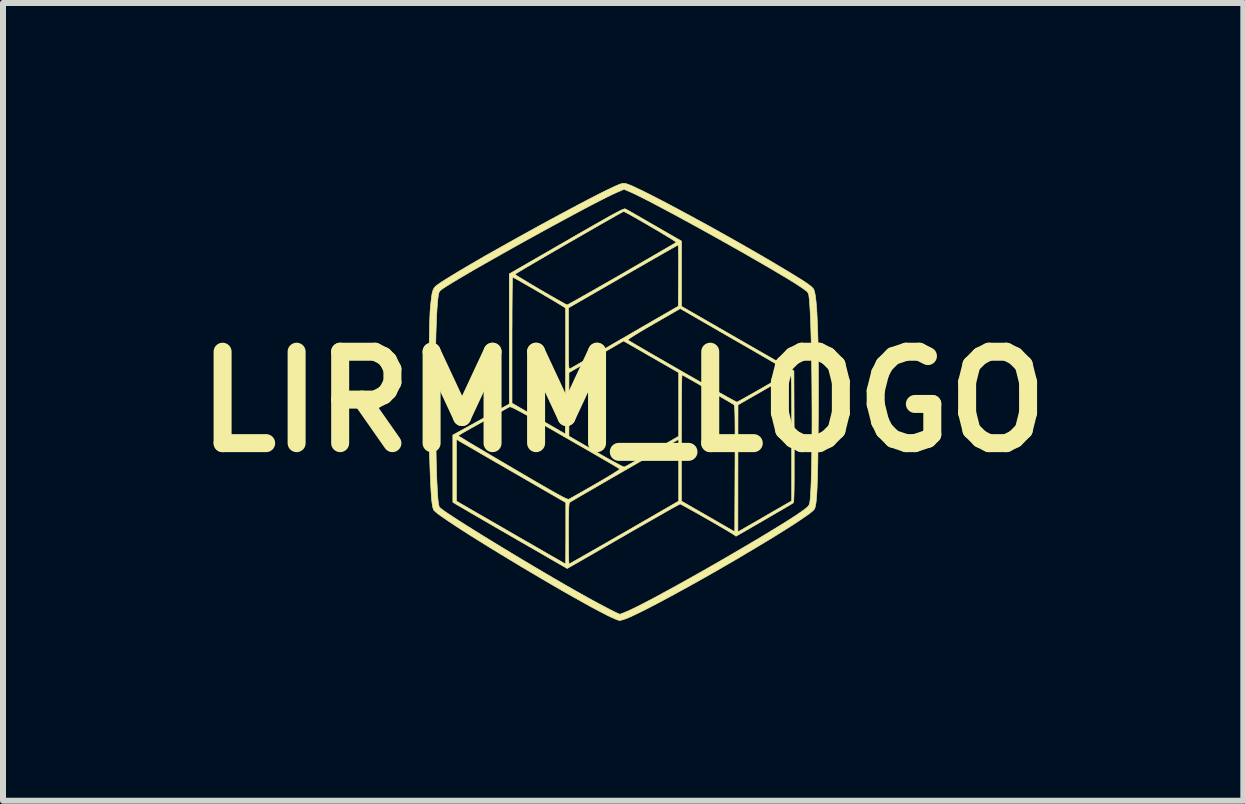
<source format=kicad_pcb>
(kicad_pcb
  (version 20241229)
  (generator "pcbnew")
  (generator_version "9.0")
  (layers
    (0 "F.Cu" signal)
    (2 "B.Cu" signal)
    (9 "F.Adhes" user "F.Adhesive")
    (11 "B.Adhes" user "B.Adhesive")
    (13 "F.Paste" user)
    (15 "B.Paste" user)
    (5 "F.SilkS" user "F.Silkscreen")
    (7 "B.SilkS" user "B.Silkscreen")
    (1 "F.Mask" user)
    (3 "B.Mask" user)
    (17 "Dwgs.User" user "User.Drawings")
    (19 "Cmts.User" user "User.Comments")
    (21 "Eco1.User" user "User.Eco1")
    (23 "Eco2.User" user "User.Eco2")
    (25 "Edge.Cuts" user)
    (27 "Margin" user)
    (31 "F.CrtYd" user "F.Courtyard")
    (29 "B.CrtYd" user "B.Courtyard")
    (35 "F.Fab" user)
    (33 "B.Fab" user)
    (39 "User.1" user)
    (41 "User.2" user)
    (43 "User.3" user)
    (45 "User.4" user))
  (footprint "LIRMM_LOGO"
    (layer "F.Cu")
    (at 7.337 3.647)
    (property "Reference" "LIRMM_LOGO" (at 0 0 0) (layer "F.SilkS") (effects (font (size 1.524 1.524) (thickness 0.3))))
    (attr through_hole)
    (fp_poly (pts (xy 0.049 -3.636) (xy 0.093 -3.621) (xy 0.154 -3.596) (xy 0.207 -3.571) (xy 0.327 -3.514) (xy 0.468 -3.443) (xy 0.63 -3.36) (xy 0.807 -3.267) (xy 0.998 -3.165) (xy 1.199 -3.056) (xy 1.407 -2.943) (xy 1.619 -2.825) (xy 1.831 -2.706) (xy 2.041 -2.587) (xy 2.246 -2.469) (xy 2.442 -2.355) (xy 2.627 -2.245) (xy 2.637 -2.239) (xy 2.769 -2.16) (xy 2.877 -2.094) (xy 2.964 -2.04) (xy 3.032 -1.996) (xy 3.084 -1.96) (xy 3.123 -1.931) (xy 3.15 -1.907) (xy 3.168 -1.887) (xy 3.174 -1.879) (xy 3.189 -1.839) (xy 3.203 -1.77) (xy 3.215 -1.672) (xy 3.226 -1.546) (xy 3.234 -1.391) (xy 3.242 -1.208) (xy 3.248 -0.997) (xy 3.252 -0.759) (xy 3.254 -0.495) (xy 3.255 -0.204) (xy 3.254 0.113) (xy 3.252 0.336) (xy 3.25 0.582) (xy 3.247 0.799) (xy 3.245 0.99) (xy 3.241 1.156) (xy 3.237 1.299) (xy 3.233 1.42) (xy 3.228 1.521) (xy 3.222 1.604) (xy 3.216 1.67) (xy 3.208 1.72) (xy 3.2 1.758) (xy 3.19 1.783) (xy 3.185 1.793) (xy 3.157 1.822) (xy 3.104 1.864) (xy 3.029 1.917) (xy 2.934 1.982) (xy 2.821 2.056) (xy 2.692 2.138) (xy 2.548 2.228) (xy 2.392 2.323) (xy 2.226 2.423) (xy 2.051 2.527) (xy 1.871 2.634) (xy 1.686 2.741) (xy 1.499 2.849) (xy 1.311 2.955) (xy 1.126 3.059) (xy 0.944 3.159) (xy 0.767 3.255) (xy 0.599 3.345) (xy 0.44 3.428) (xy 0.384 3.457) (xy 0.255 3.521) (xy 0.15 3.571) (xy 0.067 3.608) (xy 0.003 3.631) (xy -0.043 3.643) (xy -0.064 3.645) (xy -0.089 3.638) (xy -0.134 3.62) (xy -0.195 3.593) (xy -0.265 3.56) (xy -0.291 3.546) (xy -0.405 3.487) (xy -0.535 3.418) (xy -0.677 3.339) (xy -0.831 3.253) (xy -0.993 3.161) (xy -1.163 3.063) (xy -1.337 2.961) (xy -1.514 2.857) (xy -1.693 2.751) (xy -1.87 2.644) (xy -2.043 2.539) (xy -2.212 2.436) (xy -2.373 2.336) (xy -2.525 2.241) (xy -2.665 2.152) (xy -2.792 2.07) (xy -2.903 1.996) (xy -2.997 1.932) (xy -3.072 1.879) (xy -3.124 1.838) (xy -3.153 1.81) (xy -3.155 1.808) (xy -3.165 1.787) (xy -3.175 1.754) (xy -3.183 1.707) (xy -3.191 1.644) (xy -3.198 1.563) (xy -3.204 1.462) (xy -3.211 1.339) (xy -3.217 1.192) (xy -3.223 1.018) (xy -3.229 0.852) (xy -3.232 0.723) (xy -3.235 0.577) (xy -3.237 0.416) (xy -3.238 0.243) (xy -3.239 0.062) (xy -3.239 -0.125) (xy -3.239 -0.129) (xy -3.132 -0.129) (xy -3.132 0.089) (xy -3.13 0.304) (xy -3.126 0.513) (xy -3.125 0.605) (xy -3.119 0.825) (xy -3.115 1.017) (xy -3.11 1.182) (xy -3.105 1.323) (xy -3.099 1.44) (xy -3.094 1.537) (xy -3.088 1.614) (xy -3.082 1.672) (xy -3.075 1.715) (xy -3.068 1.744) (xy -3.06 1.759) (xy -3.035 1.781) (xy -2.987 1.817) (xy -2.917 1.865) (xy -2.827 1.924) (xy -2.719 1.994) (xy -2.596 2.072) (xy -2.46 2.157) (xy -2.312 2.249) (xy -2.155 2.345) (xy -1.991 2.445) (xy -1.822 2.547) (xy -1.649 2.651) (xy -1.476 2.754) (xy -1.303 2.856) (xy -1.134 2.955) (xy -0.97 3.05) (xy -0.813 3.14) (xy -0.731 3.186) (xy -0.624 3.246) (xy -0.517 3.305) (xy -0.414 3.361) (xy -0.317 3.412) (xy -0.23 3.458) (xy -0.157 3.495) (xy -0.101 3.522) (xy -0.065 3.538) (xy -0.055 3.541) (xy -0.036 3.535) (xy 0.003 3.52) (xy 0.055 3.498) (xy 0.08 3.488) (xy 0.167 3.447) (xy 0.277 3.393) (xy 0.406 3.326) (xy 0.554 3.248) (xy 0.715 3.16) (xy 0.889 3.065) (xy 1.072 2.963) (xy 1.261 2.857) (xy 1.454 2.747) (xy 1.648 2.636) (xy 1.84 2.524) (xy 2.028 2.414) (xy 2.209 2.307) (xy 2.38 2.205) (xy 2.539 2.108) (xy 2.682 2.02) (xy 2.808 1.94) (xy 2.912 1.872) (xy 2.989 1.818) (xy 3.043 1.778) (xy 3.078 1.748) (xy 3.097 1.723) (xy 3.107 1.695) (xy 3.11 1.68) (xy 3.118 1.622) (xy 3.124 1.536) (xy 3.13 1.425) (xy 3.135 1.293) (xy 3.139 1.142) (xy 3.142 0.974) (xy 3.145 0.793) (xy 3.147 0.6) (xy 3.148 0.399) (xy 3.148 0.192) (xy 3.147 -0.018) (xy 3.146 -0.228) (xy 3.144 -0.436) (xy 3.141 -0.639) (xy 3.138 -0.835) (xy 3.134 -1.02) (xy 3.129 -1.192) (xy 3.124 -1.348) (xy 3.118 -1.486) (xy 3.111 -1.603) (xy 3.104 -1.696) (xy 3.096 -1.763) (xy 3.096 -1.768) (xy 3.09 -1.795) (xy 3.08 -1.818) (xy 3.061 -1.84) (xy 3.029 -1.866) (xy 2.979 -1.901) (xy 2.936 -1.929) (xy 2.852 -1.984) (xy 2.745 -2.05) (xy 2.619 -2.125) (xy 2.476 -2.21) (xy 2.319 -2.301) (xy 2.151 -2.398) (xy 1.973 -2.5) (xy 1.79 -2.603) (xy 1.603 -2.708) (xy 1.415 -2.813) (xy 1.229 -2.916) (xy 1.047 -3.015) (xy 0.873 -3.11) (xy 0.708 -3.198) (xy 0.555 -3.279) (xy 0.418 -3.351) (xy 0.299 -3.411) (xy 0.2 -3.46) (xy 0.124 -3.495) (xy 0.123 -3.495) (xy 0.015 -3.542) (xy -0.108 -3.489) (xy -0.178 -3.457) (xy -0.268 -3.413) (xy -0.377 -3.358) (xy -0.503 -3.293) (xy -0.644 -3.219) (xy -0.796 -3.138) (xy -0.959 -3.05) (xy -1.129 -2.958) (xy -1.305 -2.862) (xy -1.483 -2.764) (xy -1.663 -2.665) (xy -1.841 -2.566) (xy -2.015 -2.468) (xy -2.183 -2.373) (xy -2.343 -2.282) (xy -2.492 -2.197) (xy -2.628 -2.117) (xy -2.749 -2.046) (xy -2.853 -1.983) (xy -2.937 -1.931) (xy -3 -1.891) (xy -3.036 -1.864) (xy -3.055 -1.846) (xy -3.069 -1.824) (xy -3.078 -1.792) (xy -3.085 -1.743) (xy -3.092 -1.681) (xy -3.1 -1.584) (xy -3.108 -1.461) (xy -3.114 -1.315) (xy -3.12 -1.148) (xy -3.124 -0.965) (xy -3.128 -0.768) (xy -3.13 -0.561) (xy -3.132 -0.347) (xy -3.132 -0.129) (xy -3.239 -0.129) (xy -3.239 -0.314) (xy -3.238 -0.501) (xy -3.236 -0.685) (xy -3.234 -0.86) (xy -3.232 -1.025) (xy -3.229 -1.176) (xy -3.226 -1.31) (xy -3.222 -1.424) (xy -3.218 -1.514) (xy -3.213 -1.576) (xy -3.202 -1.682) (xy -3.192 -1.763) (xy -3.181 -1.823) (xy -3.167 -1.867) (xy -3.15 -1.899) (xy -3.128 -1.924) (xy -3.103 -1.944) (xy -3.039 -1.989) (xy -2.953 -2.044) (xy -2.849 -2.108) (xy -2.728 -2.181) (xy -2.591 -2.262) (xy -2.442 -2.349) (xy -2.283 -2.441) (xy -2.114 -2.536) (xy -1.94 -2.634) (xy -1.761 -2.734) (xy -1.58 -2.834) (xy -1.399 -2.934) (xy -1.221 -3.031) (xy -1.046 -3.125) (xy -0.878 -3.215) (xy -0.718 -3.3) (xy -0.569 -3.378) (xy -0.433 -3.448) (xy -0.312 -3.509) (xy -0.207 -3.559) (xy -0.122 -3.599) (xy -0.058 -3.626) (xy -0.018 -3.639) (xy -0.014 -3.64) (xy 0.015 -3.642) (xy 0.049 -3.636)) (stroke (width 0.01) (type solid)) (fill yes) (layer "F.SilkS"))
    (fp_poly (pts (xy 0.036 -3.215) (xy 0.056 -3.205) (xy 0.099 -3.181) (xy 0.161 -3.146) (xy 0.239 -3.101) (xy 0.33 -3.049) (xy 0.431 -2.99) (xy 0.52 -2.939) (xy 0.973 -2.678) (xy 0.972 -2.134) (xy 0.972 -1.591) (xy 1.909 -1.052) (xy 2.846 -0.514) (xy 2.85 0.578) (xy 2.851 0.793) (xy 2.851 0.981) (xy 2.851 1.142) (xy 2.851 1.278) (xy 2.85 1.391) (xy 2.849 1.483) (xy 2.847 1.555) (xy 2.845 1.61) (xy 2.843 1.648) (xy 2.84 1.672) (xy 2.836 1.684) (xy 2.835 1.685) (xy 2.818 1.696) (xy 2.779 1.72) (xy 2.719 1.755) (xy 2.643 1.8) (xy 2.552 1.852) (xy 2.452 1.911) (xy 2.349 1.971) (xy 1.881 2.241) (xy 1.841 2.212) (xy 1.814 2.195) (xy 1.772 2.169) (xy 1.912 2.169) (xy 1.961 2.141) (xy 1.986 2.127) (xy 2.033 2.099) (xy 2.099 2.061) (xy 2.18 2.015) (xy 2.272 1.962) (xy 2.371 1.904) (xy 2.409 1.882) (xy 2.809 1.652) (xy 2.809 0.6) (xy 2.809 0.397) (xy 2.809 0.223) (xy 2.809 0.073) (xy 2.808 -0.052) (xy 2.807 -0.155) (xy 2.806 -0.239) (xy 2.805 -0.305) (xy 2.803 -0.356) (xy 2.801 -0.392) (xy 2.798 -0.417) (xy 2.795 -0.432) (xy 2.791 -0.44) (xy 2.787 -0.442) (xy 2.783 -0.441) (xy 2.764 -0.432) (xy 2.722 -0.409) (xy 2.662 -0.375) (xy 2.585 -0.332) (xy 2.495 -0.281) (xy 2.396 -0.225) (xy 2.335 -0.19) (xy 1.914 0.052) (xy 1.913 1.111) (xy 1.912 2.169) (xy 1.772 2.169) (xy 1.767 2.167) (xy 1.704 2.129) (xy 1.627 2.084) (xy 1.541 2.034) (xy 1.449 1.981) (xy 1.355 1.928) (xy 1.263 1.875) (xy 1.176 1.826) (xy 1.098 1.783) (xy 1.033 1.747) (xy 0.984 1.72) (xy 0.955 1.706) (xy 0.949 1.703) (xy 0.934 1.711) (xy 0.895 1.732) (xy 0.834 1.765) (xy 0.754 1.81) (xy 0.656 1.866) (xy 0.543 1.93) (xy 0.416 2.003) (xy 0.278 2.082) (xy 0.131 2.166) (xy 0.001 2.241) (xy -0.152 2.329) (xy -0.297 2.413) (xy -0.432 2.491) (xy -0.555 2.562) (xy -0.665 2.625) (xy -0.758 2.679) (xy -0.834 2.722) (xy -0.89 2.754) (xy -0.923 2.773) (xy -0.933 2.779) (xy -0.945 2.771) (xy -0.982 2.75) (xy -1.04 2.717) (xy -1.118 2.672) (xy -1.214 2.617) (xy -1.325 2.552) (xy -1.45 2.48) (xy -1.586 2.402) (xy -1.732 2.318) (xy -1.848 2.251) (xy -2 2.163) (xy -2.146 2.079) (xy -2.282 2) (xy -2.408 1.927) (xy -2.52 1.862) (xy -2.616 1.806) (xy -2.694 1.76) (xy -2.753 1.726) (xy -2.789 1.705) (xy -2.8 1.698) (xy -2.839 1.673) (xy -2.839 1.656) (xy -2.779 1.656) (xy -1.871 2.18) (xy -1.721 2.267) (xy -1.578 2.349) (xy -1.444 2.426) (xy -1.323 2.496) (xy -1.216 2.558) (xy -1.124 2.61) (xy -1.051 2.652) (xy -0.998 2.683) (xy -0.967 2.7) (xy -0.96 2.704) (xy -0.959 2.69) (xy -0.958 2.649) (xy -0.958 2.585) (xy -0.957 2.502) (xy -0.957 2.402) (xy -0.956 2.289) (xy -0.956 2.198) (xy -0.911 2.198) (xy -0.911 2.318) (xy -0.91 2.427) (xy -0.909 2.523) (xy -0.908 2.602) (xy -0.906 2.661) (xy -0.904 2.696) (xy -0.902 2.704) (xy -0.888 2.697) (xy -0.85 2.676) (xy -0.791 2.642) (xy -0.712 2.598) (xy -0.615 2.542) (xy -0.503 2.478) (xy -0.377 2.406) (xy -0.241 2.328) (xy -0.095 2.244) (xy 0.017 2.18) (xy 0.926 1.655) (xy 0.926 0.625) (xy 0.863 0.661) (xy 0.839 0.675) (xy 0.792 0.702) (xy 0.723 0.742) (xy 0.636 0.792) (xy 0.532 0.852) (xy 0.415 0.92) (xy 0.285 0.994) (xy 0.147 1.074) (xy 0.001 1.158) (xy -0.037 1.18) (xy -0.183 1.264) (xy -0.32 1.343) (xy -0.449 1.418) (xy -0.565 1.485) (xy -0.667 1.544) (xy -0.753 1.594) (xy -0.82 1.634) (xy -0.867 1.661) (xy -0.89 1.676) (xy -0.893 1.677) (xy -0.898 1.688) (xy -0.902 1.715) (xy -0.906 1.758) (xy -0.908 1.822) (xy -0.91 1.907) (xy -0.911 2.017) (xy -0.911 2.154) (xy -0.911 2.198) (xy -0.956 2.198) (xy -0.956 2.192) (xy -0.956 1.68) (xy -1.834 1.173) (xy -1.983 1.087) (xy -2.126 1.005) (xy -2.259 0.928) (xy -2.38 0.858) (xy -2.488 0.795) (xy -2.58 0.742) (xy -2.654 0.699) (xy -2.708 0.668) (xy -2.739 0.649) (xy -2.745 0.645) (xy -2.779 0.624) (xy -2.779 1.656) (xy -2.839 1.656) (xy -2.839 0.566) (xy -2.748 0.566) (xy -2.736 0.575) (xy -2.699 0.597) (xy -2.641 0.633) (xy -2.564 0.68) (xy -2.468 0.737) (xy -2.358 0.802) (xy -2.233 0.876) (xy -2.098 0.956) (xy -1.953 1.041) (xy -1.841 1.107) (xy -1.662 1.212) (xy -1.508 1.302) (xy -1.375 1.379) (xy -1.264 1.443) (xy -1.171 1.496) (xy -1.095 1.539) (xy -1.035 1.571) (xy -0.988 1.596) (xy -0.953 1.612) (xy -0.929 1.621) (xy -0.913 1.625) (xy -0.904 1.624) (xy -0.884 1.613) (xy -0.842 1.589) (xy -0.78 1.554) (xy -0.702 1.51) (xy -0.613 1.459) (xy -0.513 1.402) (xy -0.458 1.37) (xy -0.358 1.312) (xy -0.267 1.258) (xy -0.189 1.211) (xy -0.126 1.171) (xy -0.081 1.142) (xy -0.058 1.124) (xy -0.055 1.12) (xy -0.071 1.11) (xy -0.109 1.087) (xy -0.167 1.052) (xy -0.241 1.009) (xy -0.329 0.958) (xy -0.427 0.901) (xy -0.493 0.863) (xy -0.616 0.792) (xy -0.758 0.711) (xy -0.91 0.623) (xy -1.065 0.534) (xy -1.216 0.447) (xy -1.356 0.367) (xy -1.395 0.344) (xy -1.525 0.269) (xy -1.632 0.209) (xy -1.718 0.162) (xy -1.784 0.127) (xy -1.833 0.103) (xy -1.866 0.089) (xy -1.887 0.083) (xy -1.896 0.085) (xy -1.914 0.095) (xy -1.956 0.118) (xy -2.017 0.152) (xy -2.094 0.195) (xy -2.184 0.244) (xy -2.283 0.299) (xy -2.335 0.328) (xy -2.436 0.384) (xy -2.528 0.435) (xy -2.608 0.481) (xy -2.673 0.518) (xy -2.72 0.546) (xy -2.745 0.562) (xy -2.748 0.566) (xy -2.839 0.566) (xy -2.839 0.554) (xy -1.898 0.037) (xy -1.898 -1.027) (xy -1.853 -1.027) (xy -1.853 0.023) (xy -0.964 0.537) (xy -0.96 -0.486) (xy -0.904 -0.486) (xy -0.904 0.573) (xy -0.456 0.832) (xy -0.35 0.893) (xy -0.252 0.948) (xy -0.164 0.996) (xy -0.09 1.036) (xy -0.033 1.066) (xy 0.004 1.083) (xy 0.016 1.087) (xy 0.035 1.079) (xy 0.076 1.058) (xy 0.136 1.025) (xy 0.213 0.982) (xy 0.303 0.932) (xy 0.403 0.875) (xy 0.483 0.829) (xy 0.876 0.603) (xy 0.971 0.603) (xy 0.971 1.655) (xy 1.416 1.911) (xy 1.86 2.167) (xy 1.864 1.118) (xy 1.865 0.907) (xy 1.865 0.724) (xy 1.865 0.567) (xy 1.865 0.435) (xy 1.864 0.326) (xy 1.863 0.238) (xy 1.861 0.169) (xy 1.859 0.117) (xy 1.856 0.082) (xy 1.853 0.061) (xy 1.849 0.051) (xy 1.832 0.04) (xy 1.793 0.016) (xy 1.736 -0.018) (xy 1.665 -0.059) (xy 1.583 -0.107) (xy 1.494 -0.159) (xy 1.402 -0.212) (xy 1.31 -0.264) (xy 1.223 -0.314) (xy 1.144 -0.359) (xy 1.076 -0.397) (xy 1.024 -0.426) (xy 0.991 -0.444) (xy 0.981 -0.448) (xy 0.979 -0.434) (xy 0.978 -0.392) (xy 0.976 -0.324) (xy 0.975 -0.235) (xy 0.974 -0.124) (xy 0.973 0.004) (xy 0.972 0.148) (xy 0.972 0.305) (xy 0.971 0.472) (xy 0.971 0.603) (xy 0.876 0.603) (xy 0.925 0.575) (xy 0.926 0.045) (xy 0.926 -0.486) (xy 0.512 -0.724) (xy 0.408 -0.783) (xy 0.312 -0.839) (xy 0.225 -0.889) (xy 0.152 -0.931) (xy 0.096 -0.963) (xy 0.061 -0.983) (xy 0.052 -0.988) (xy 0.007 -1.014) (xy -0.448 -0.75) (xy -0.904 -0.486) (xy -0.96 -0.486) (xy -0.96 -0.505) (xy -0.959 -0.679) (xy -0.959 -0.844) (xy -0.959 -0.998) (xy -0.959 -1.139) (xy -0.959 -1.264) (xy -0.959 -1.37) (xy -0.96 -1.455) (xy -0.961 -1.517) (xy -0.961 -1.554) (xy -0.962 -1.562) (xy -0.966 -1.566) (xy -0.911 -1.566) (xy -0.911 -1.051) (xy -0.911 -0.914) (xy -0.911 -0.804) (xy -0.911 -0.717) (xy -0.909 -0.653) (xy -0.908 -0.606) (xy -0.905 -0.576) (xy -0.901 -0.558) (xy -0.896 -0.55) (xy -0.89 -0.549) (xy -0.882 -0.552) (xy -0.863 -0.563) (xy -0.82 -0.588) (xy -0.759 -0.623) (xy -0.681 -0.668) (xy -0.591 -0.72) (xy -0.491 -0.777) (xy -0.423 -0.817) (xy -0.295 -0.891) (xy -0.15 -0.975) (xy -0.055 -1.03) (xy 0.077 -1.03) (xy 0.078 -1.029) (xy 0.194 -0.96) (xy 0.321 -0.886) (xy 0.456 -0.807) (xy 0.597 -0.726) (xy 0.741 -0.643) (xy 0.887 -0.559) (xy 1.031 -0.476) (xy 1.172 -0.396) (xy 1.307 -0.319) (xy 1.434 -0.248) (xy 1.55 -0.182) (xy 1.654 -0.125) (xy 1.742 -0.076) (xy 1.813 -0.037) (xy 1.864 -0.01) (xy 1.892 0.004) (xy 1.898 0.005) (xy 1.915 -0.004) (xy 1.956 -0.026) (xy 2.016 -0.059) (xy 2.092 -0.102) (xy 2.182 -0.153) (xy 2.281 -0.209) (xy 2.35 -0.249) (xy 2.453 -0.308) (xy 2.546 -0.363) (xy 2.628 -0.41) (xy 2.694 -0.45) (xy 2.743 -0.479) (xy 2.771 -0.496) (xy 2.776 -0.501) (xy 2.763 -0.509) (xy 2.725 -0.53) (xy 2.667 -0.564) (xy 2.588 -0.61) (xy 2.492 -0.665) (xy 2.38 -0.73) (xy 2.255 -0.802) (xy 2.119 -0.881) (xy 1.973 -0.965) (xy 1.861 -1.029) (xy 0.951 -1.554) (xy 0.505 -1.297) (xy 0.378 -1.223) (xy 0.271 -1.16) (xy 0.187 -1.108) (xy 0.126 -1.069) (xy 0.089 -1.043) (xy 0.077 -1.03) (xy -0.055 -1.03) (xy 0.005 -1.064) (xy 0.161 -1.155) (xy 0.311 -1.242) (xy 0.447 -1.32) (xy 0.463 -1.33) (xy 0.919 -1.593) (xy 0.923 -2.104) (xy 0.923 -2.224) (xy 0.924 -2.334) (xy 0.923 -2.431) (xy 0.922 -2.511) (xy 0.921 -2.57) (xy 0.919 -2.606) (xy 0.918 -2.615) (xy 0.904 -2.607) (xy 0.866 -2.586) (xy 0.806 -2.553) (xy 0.727 -2.508) (xy 0.63 -2.453) (xy 0.518 -2.389) (xy 0.393 -2.317) (xy 0.256 -2.238) (xy 0.11 -2.154) (xy -0.001 -2.09) (xy -0.911 -1.566) (xy -0.966 -1.566) (xy -0.976 -1.573) (xy -1.012 -1.596) (xy -1.066 -1.629) (xy -1.136 -1.671) (xy -1.216 -1.719) (xy -1.305 -1.771) (xy -1.397 -1.825) (xy -1.489 -1.879) (xy -1.578 -1.93) (xy -1.66 -1.977) (xy -1.731 -2.018) (xy -1.788 -2.049) (xy -1.826 -2.069) (xy -1.843 -2.077) (xy -1.843 -2.077) (xy -1.845 -2.062) (xy -1.846 -2.02) (xy -1.847 -1.953) (xy -1.849 -1.863) (xy -1.85 -1.753) (xy -1.851 -1.625) (xy -1.852 -1.481) (xy -1.852 -1.324) (xy -1.853 -1.156) (xy -1.853 -1.027) (xy -1.898 -1.027) (xy -1.898 -2.125) (xy -1.804 -2.125) (xy -1.793 -2.116) (xy -1.759 -2.093) (xy -1.706 -2.061) (xy -1.638 -2.02) (xy -1.559 -1.972) (xy -1.473 -1.921) (xy -1.382 -1.867) (xy -1.29 -1.814) (xy -1.202 -1.763) (xy -1.12 -1.716) (xy -1.049 -1.676) (xy -0.992 -1.644) (xy -0.952 -1.623) (xy -0.934 -1.615) (xy -0.934 -1.615) (xy -0.918 -1.622) (xy -0.88 -1.643) (xy -0.819 -1.676) (xy -0.739 -1.721) (xy -0.642 -1.776) (xy -0.529 -1.84) (xy -0.404 -1.911) (xy -0.267 -1.99) (xy -0.121 -2.073) (xy -0.022 -2.13) (xy 0.128 -2.217) (xy 0.27 -2.299) (xy 0.403 -2.376) (xy 0.524 -2.446) (xy 0.632 -2.509) (xy 0.723 -2.562) (xy 0.796 -2.604) (xy 0.848 -2.635) (xy 0.879 -2.654) (xy 0.885 -2.658) (xy 0.875 -2.667) (xy 0.843 -2.689) (xy 0.792 -2.722) (xy 0.725 -2.762) (xy 0.647 -2.81) (xy 0.561 -2.861) (xy 0.47 -2.914) (xy 0.378 -2.968) (xy 0.289 -3.019) (xy 0.206 -3.067) (xy 0.133 -3.108) (xy 0.074 -3.14) (xy 0.031 -3.162) (xy 0.009 -3.172) (xy 0.008 -3.172) (xy -0.008 -3.165) (xy -0.046 -3.144) (xy -0.106 -3.111) (xy -0.183 -3.067) (xy -0.276 -3.014) (xy -0.382 -2.954) (xy -0.498 -2.887) (xy -0.622 -2.816) (xy -0.752 -2.741) (xy -0.884 -2.665) (xy -1.017 -2.588) (xy -1.147 -2.513) (xy -1.273 -2.44) (xy -1.391 -2.371) (xy -1.499 -2.308) (xy -1.595 -2.252) (xy -1.676 -2.204) (xy -1.739 -2.166) (xy -1.782 -2.14) (xy -1.803 -2.126) (xy -1.804 -2.125) (xy -1.898 -2.125) (xy -1.898 -2.132) (xy -0.946 -2.681) (xy -0.763 -2.787) (xy -0.603 -2.878) (xy -0.467 -2.956) (xy -0.35 -3.022) (xy -0.253 -3.077) (xy -0.174 -3.121) (xy -0.11 -3.155) (xy -0.06 -3.181) (xy -0.022 -3.199) (xy 0.005 -3.21) (xy 0.023 -3.216) (xy 0.034 -3.216) (xy 0.036 -3.215)) (stroke (width 0.01) (type solid)) (fill yes) (layer "F.SilkS")))
  (gr_rect
    (start -3 -3)
    (end 17.674 10.297)
    (stroke (width 0.1) (type default))
    (fill no)
    (layer "Edge.Cuts")))
</source>
